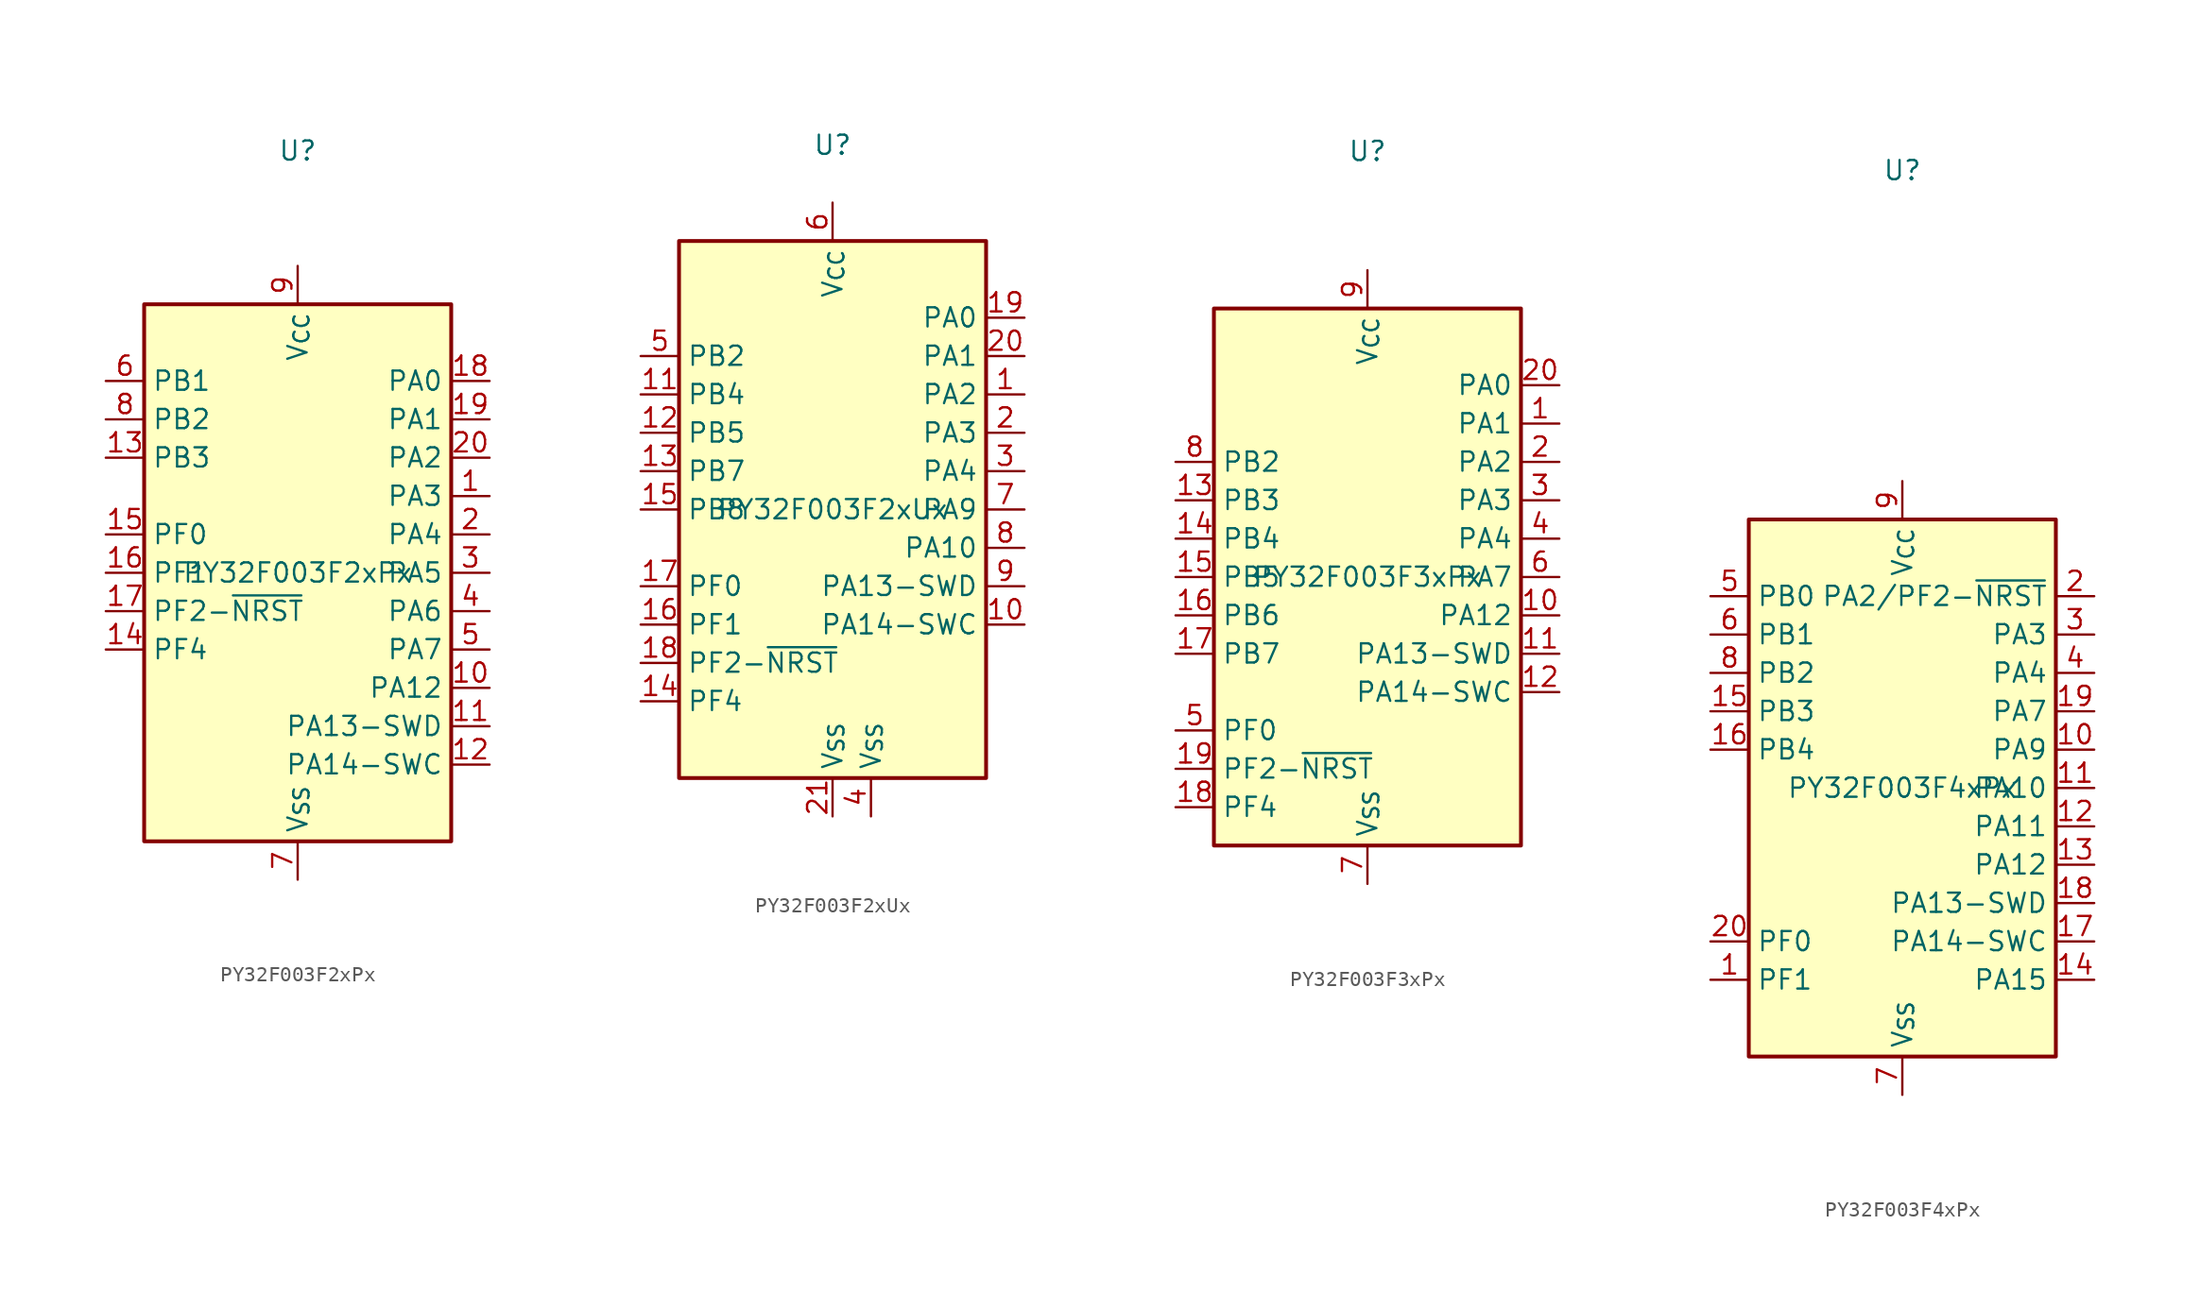
<source format=kicad_sym>
(kicad_symbol_lib
  (version 20231120)
  (generator "kicad_symbol_editor")
  (generator_version "8.0")
  (symbol "PY32F003F2xPx"
    (property "Reference" "U"
      (at 0 27.94 0)
      (effects (font (size 1.27 1.27))))
    (property "Value" "PY32F003F2xPx"
      (at 0 0 0)
      (effects (font (size 1.27 1.27))))
    (symbol "PY32F003F2xPx_1_0"
      (pin bidirectional line (at 12.7 -7.62 180) (length 2.54) (name "PA12" (effects (font (size 1.27 1.27)))) (number "10" (effects (font (size 1.27 1.27)))))
      (pin bidirectional line (at -12.7 7.62 0) (length 2.54) (name "PB3" (effects (font (size 1.27 1.27)))) (number "13" (effects (font (size 1.27 1.27)))))
      (pin bidirectional line (at 12.7 0 180) (length 2.54) (name "PA5" (effects (font (size 1.27 1.27)))) (number "3" (effects (font (size 1.27 1.27)))))
      (pin bidirectional line (at 12.7 -2.54 180) (length 2.54) (name "PA6" (effects (font (size 1.27 1.27)))) (number "4" (effects (font (size 1.27 1.27)))))
      (pin bidirectional line (at 12.7 -5.08 180) (length 2.54) (name "PA7" (effects (font (size 1.27 1.27)))) (number "5" (effects (font (size 1.27 1.27)))))
      (pin bidirectional line (at -12.7 12.7 0) (length 2.54) (name "PB1" (effects (font (size 1.27 1.27)))) (number "6" (effects (font (size 1.27 1.27)))))
      (pin bidirectional line (at -12.7 10.16 0) (length 2.54) (name "PB2" (effects (font (size 1.27 1.27)))) (number "8" (effects (font (size 1.27 1.27))))))
    (symbol "PY32F003F2xPx_1_1"
      (rectangle (start -10.16 17.78) (end 10.16 -17.78) (stroke (width 0.254) (type default)) (fill (type background)))
      (pin bidirectional line (at 12.7 5.08 180) (length 2.54) (name "PA3" (effects (font (size 1.27 1.27)))) (number "1" (effects (font (size 1.27 1.27)))))
      (pin bidirectional line (at 12.7 -10.16 180) (length 2.54) (name "PA13-SWD" (effects (font (size 1.27 1.27)))) (number "11" (effects (font (size 1.27 1.27)))))
      (pin bidirectional line (at 12.7 -12.7 180) (length 2.54) (name "PA14-SWC" (effects (font (size 1.27 1.27)))) (number "12" (effects (font (size 1.27 1.27)))))
      (pin bidirectional line (at -12.7 -5.08 0) (length 2.54) (name "PF4" (effects (font (size 1.27 1.27)))) (number "14" (effects (font (size 1.27 1.27)))))
      (pin bidirectional line (at -12.7 2.54 0) (length 2.54) (name "PF0" (effects (font (size 1.27 1.27)))) (number "15" (effects (font (size 1.27 1.27)))))
      (pin bidirectional line (at -12.7 0 0) (length 2.54) (name "PF1" (effects (font (size 1.27 1.27)))) (number "16" (effects (font (size 1.27 1.27)))))
      (pin bidirectional line (at -12.7 -2.54 0) (length 2.54) (name "PF2-~{NRST}" (effects (font (size 1.27 1.27)))) (number "17" (effects (font (size 1.27 1.27)))))
      (pin bidirectional line (at 12.7 12.7 180) (length 2.54) (name "PA0" (effects (font (size 1.27 1.27)))) (number "18" (effects (font (size 1.27 1.27)))))
      (pin bidirectional line (at 12.7 10.16 180) (length 2.54) (name "PA1" (effects (font (size 1.27 1.27)))) (number "19" (effects (font (size 1.27 1.27)))))
      (pin bidirectional line (at 12.7 2.54 180) (length 2.54) (name "PA4" (effects (font (size 1.27 1.27)))) (number "2" (effects (font (size 1.27 1.27)))))
      (pin bidirectional line (at 12.7 7.62 180) (length 2.54) (name "PA2" (effects (font (size 1.27 1.27)))) (number "20" (effects (font (size 1.27 1.27)))))
      (pin power_in line (at 0 -20.32 90) (length 2.54) (name "V_{SS}" (effects (font (size 1.27 1.27)))) (number "7" (effects (font (size 1.27 1.27)))))
      (pin power_in line (at 0 20.32 270) (length 2.54) (name "V_{CC}" (effects (font (size 1.27 1.27)))) (number "9" (effects (font (size 1.27 1.27)))))))
  (symbol "PY32F003F2xUx"
    (property "Reference" "U"
      (at 0 24.13 0)
      (effects (font (size 1.27 1.27))))
    (property "Value" "PY32F003F2xUx"
      (at 0 0 0)
      (effects (font (size 1.27 1.27))))
    (symbol "PY32F003F2xUx_1_0"
      (pin bidirectional line (at -12.7 7.62 0) (length 2.54) (name "PB4" (effects (font (size 1.27 1.27)))) (number "11" (effects (font (size 1.27 1.27)))))
      (pin bidirectional line (at -12.7 0 0) (length 2.54) (name "PB8" (effects (font (size 1.27 1.27)))) (number "15" (effects (font (size 1.27 1.27)))))
      (pin bidirectional line (at -12.7 10.16 0) (length 2.54) (name "PB2" (effects (font (size 1.27 1.27)))) (number "5" (effects (font (size 1.27 1.27)))))
      (pin bidirectional line (at 12.7 0 180) (length 2.54) (name "PA9" (effects (font (size 1.27 1.27)))) (number "7" (effects (font (size 1.27 1.27)))))
      (pin bidirectional line (at 12.7 -2.54 180) (length 2.54) (name "PA10" (effects (font (size 1.27 1.27)))) (number "8" (effects (font (size 1.27 1.27))))))
    (symbol "PY32F003F2xUx_1_1"
      (rectangle (start -10.16 17.78) (end 10.16 -17.78) (stroke (width 0.254) (type default)) (fill (type background)))
      (pin bidirectional line (at 12.7 7.62 180) (length 2.54) (name "PA2" (effects (font (size 1.27 1.27)))) (number "1" (effects (font (size 1.27 1.27)))))
      (pin bidirectional line (at 12.7 -7.62 180) (length 2.54) (name "PA14-SWC" (effects (font (size 1.27 1.27)))) (number "10" (effects (font (size 1.27 1.27)))))
      (pin bidirectional line (at -12.7 5.08 0) (length 2.54) (name "PB5" (effects (font (size 1.27 1.27)))) (number "12" (effects (font (size 1.27 1.27)))))
      (pin bidirectional line (at -12.7 2.54 0) (length 2.54) (name "PB7" (effects (font (size 1.27 1.27)))) (number "13" (effects (font (size 1.27 1.27)))))
      (pin bidirectional line (at -12.7 -12.7 0) (length 2.54) (name "PF4" (effects (font (size 1.27 1.27)))) (number "14" (effects (font (size 1.27 1.27)))))
      (pin bidirectional line (at -12.7 -7.62 0) (length 2.54) (name "PF1" (effects (font (size 1.27 1.27)))) (number "16" (effects (font (size 1.27 1.27)))))
      (pin bidirectional line (at -12.7 -5.08 0) (length 2.54) (name "PF0" (effects (font (size 1.27 1.27)))) (number "17" (effects (font (size 1.27 1.27)))))
      (pin bidirectional line (at -12.7 -10.16 0) (length 2.54) (name "PF2-~{NRST}" (effects (font (size 1.27 1.27)))) (number "18" (effects (font (size 1.27 1.27)))))
      (pin bidirectional line (at 12.7 12.7 180) (length 2.54) (name "PA0" (effects (font (size 1.27 1.27)))) (number "19" (effects (font (size 1.27 1.27)))))
      (pin bidirectional line (at 12.7 5.08 180) (length 2.54) (name "PA3" (effects (font (size 1.27 1.27)))) (number "2" (effects (font (size 1.27 1.27)))))
      (pin bidirectional line (at 12.7 10.16 180) (length 2.54) (name "PA1" (effects (font (size 1.27 1.27)))) (number "20" (effects (font (size 1.27 1.27)))))
      (pin power_in line (at 0 -20.32 90) (length 2.54) (name "V_{SS}" (effects (font (size 1.27 1.27)))) (number "21" (effects (font (size 1.27 1.27)))))
      (pin bidirectional line (at 12.7 2.54 180) (length 2.54) (name "PA4" (effects (font (size 1.27 1.27)))) (number "3" (effects (font (size 1.27 1.27)))))
      (pin power_in line (at 2.54 -20.32 90) (length 2.54) (name "V_{SS}" (effects (font (size 1.27 1.27)))) (number "4" (effects (font (size 1.27 1.27)))))
      (pin power_in line (at 0 20.32 270) (length 2.54) (name "V_{CC}" (effects (font (size 1.27 1.27)))) (number "6" (effects (font (size 1.27 1.27)))))
      (pin bidirectional line (at 12.7 -5.08 180) (length 2.54) (name "PA13-SWD" (effects (font (size 1.27 1.27)))) (number "9" (effects (font (size 1.27 1.27)))))))
  (symbol "PY32F003F3xPx"
    (property "Reference" "U"
      (at 0 28.194 0)
      (effects (font (size 1.27 1.27))))
    (property "Value" "PY32F003F3xPx"
      (at 0 0 0)
      (effects (font (size 1.27 1.27))))
    (symbol "PY32F003F3xPx_1_0"
      (pin bidirectional line (at 12.7 -2.54 180) (length 2.54) (name "PA12" (effects (font (size 1.27 1.27)))) (number "10" (effects (font (size 1.27 1.27)))))
      (pin bidirectional line (at -12.7 5.08 0) (length 2.54) (name "PB3" (effects (font (size 1.27 1.27)))) (number "13" (effects (font (size 1.27 1.27)))))
      (pin bidirectional line (at -12.7 2.54 0) (length 2.54) (name "PB4" (effects (font (size 1.27 1.27)))) (number "14" (effects (font (size 1.27 1.27)))))
      (pin bidirectional line (at -12.7 0 0) (length 2.54) (name "PB5" (effects (font (size 1.27 1.27)))) (number "15" (effects (font (size 1.27 1.27)))))
      (pin bidirectional line (at -12.7 -2.54 0) (length 2.54) (name "PB6" (effects (font (size 1.27 1.27)))) (number "16" (effects (font (size 1.27 1.27)))))
      (pin bidirectional line (at -12.7 -5.08 0) (length 2.54) (name "PB7" (effects (font (size 1.27 1.27)))) (number "17" (effects (font (size 1.27 1.27)))))
      (pin bidirectional line (at -12.7 -10.16 0) (length 2.54) (name "PF0" (effects (font (size 1.27 1.27)))) (number "5" (effects (font (size 1.27 1.27)))))
      (pin bidirectional line (at 12.7 0 180) (length 2.54) (name "PA7" (effects (font (size 1.27 1.27)))) (number "6" (effects (font (size 1.27 1.27)))))
      (pin bidirectional line (at -12.7 7.62 0) (length 2.54) (name "PB2" (effects (font (size 1.27 1.27)))) (number "8" (effects (font (size 1.27 1.27))))))
    (symbol "PY32F003F3xPx_1_1"
      (rectangle (start -10.16 17.78) (end 10.16 -17.78) (stroke (width 0.254) (type default)) (fill (type background)))
      (pin bidirectional line (at 12.7 10.16 180) (length 2.54) (name "PA1" (effects (font (size 1.27 1.27)))) (number "1" (effects (font (size 1.27 1.27)))))
      (pin bidirectional line (at 12.7 -5.08 180) (length 2.54) (name "PA13-SWD" (effects (font (size 1.27 1.27)))) (number "11" (effects (font (size 1.27 1.27)))))
      (pin bidirectional line (at 12.7 -7.62 180) (length 2.54) (name "PA14-SWC" (effects (font (size 1.27 1.27)))) (number "12" (effects (font (size 1.27 1.27)))))
      (pin bidirectional line (at -12.7 -15.24 0) (length 2.54) (name "PF4" (effects (font (size 1.27 1.27)))) (number "18" (effects (font (size 1.27 1.27)))))
      (pin bidirectional line (at -12.7 -12.7 0) (length 2.54) (name "PF2-~{NRST}" (effects (font (size 1.27 1.27)))) (number "19" (effects (font (size 1.27 1.27)))))
      (pin bidirectional line (at 12.7 7.62 180) (length 2.54) (name "PA2" (effects (font (size 1.27 1.27)))) (number "2" (effects (font (size 1.27 1.27)))))
      (pin bidirectional line (at 12.7 12.7 180) (length 2.54) (name "PA0" (effects (font (size 1.27 1.27)))) (number "20" (effects (font (size 1.27 1.27)))))
      (pin bidirectional line (at 12.7 5.08 180) (length 2.54) (name "PA3" (effects (font (size 1.27 1.27)))) (number "3" (effects (font (size 1.27 1.27)))))
      (pin bidirectional line (at 12.7 2.54 180) (length 2.54) (name "PA4" (effects (font (size 1.27 1.27)))) (number "4" (effects (font (size 1.27 1.27)))))
      (pin power_in line (at 0 -20.32 90) (length 2.54) (name "V_{SS}" (effects (font (size 1.27 1.27)))) (number "7" (effects (font (size 1.27 1.27)))))
      (pin power_in line (at 0 20.32 270) (length 2.54) (name "V_{CC}" (effects (font (size 1.27 1.27)))) (number "9" (effects (font (size 1.27 1.27)))))))
  (symbol "PY32F003F4xPx"
    (property "Reference" "U"
      (at 0 40.894 0)
      (effects (font (size 1.27 1.27))))
    (property "Value" "PY32F003F4xPx"
      (at 0 0 0)
      (effects (font (size 1.27 1.27))))
    (symbol "PY32F003F4xPx_1_0"
      (pin bidirectional line (at -12.7 -12.7 0) (length 2.54) (name "PF1" (effects (font (size 1.27 1.27)))) (number "1" (effects (font (size 1.27 1.27)))))
      (pin bidirectional line (at 12.7 2.54 180) (length 2.54) (name "PA9" (effects (font (size 1.27 1.27)))) (number "10" (effects (font (size 1.27 1.27)))))
      (pin bidirectional line (at 12.7 0 180) (length 2.54) (name "PA10" (effects (font (size 1.27 1.27)))) (number "11" (effects (font (size 1.27 1.27)))))
      (pin bidirectional line (at 12.7 -2.54 180) (length 2.54) (name "PA11" (effects (font (size 1.27 1.27)))) (number "12" (effects (font (size 1.27 1.27)))))
      (pin bidirectional line (at 12.7 -5.08 180) (length 2.54) (name "PA12" (effects (font (size 1.27 1.27)))) (number "13" (effects (font (size 1.27 1.27)))))
      (pin bidirectional line (at 12.7 -12.7 180) (length 2.54) (name "PA15" (effects (font (size 1.27 1.27)))) (number "14" (effects (font (size 1.27 1.27)))))
      (pin bidirectional line (at -12.7 5.08 0) (length 2.54) (name "PB3" (effects (font (size 1.27 1.27)))) (number "15" (effects (font (size 1.27 1.27)))))
      (pin bidirectional line (at -12.7 2.54 0) (length 2.54) (name "PB4" (effects (font (size 1.27 1.27)))) (number "16" (effects (font (size 1.27 1.27)))))
      (pin bidirectional line (at 12.7 5.08 180) (length 2.54) (name "PA7" (effects (font (size 1.27 1.27)))) (number "19" (effects (font (size 1.27 1.27)))))
      (pin bidirectional line (at -12.7 -10.16 0) (length 2.54) (name "PF0" (effects (font (size 1.27 1.27)))) (number "20" (effects (font (size 1.27 1.27)))))
      (pin bidirectional line (at -12.7 12.7 0) (length 2.54) (name "PB0" (effects (font (size 1.27 1.27)))) (number "5" (effects (font (size 1.27 1.27)))))
      (pin bidirectional line (at -12.7 10.16 0) (length 2.54) (name "PB1" (effects (font (size 1.27 1.27)))) (number "6" (effects (font (size 1.27 1.27)))))
      (pin bidirectional line (at -12.7 7.62 0) (length 2.54) (name "PB2" (effects (font (size 1.27 1.27)))) (number "8" (effects (font (size 1.27 1.27))))))
    (symbol "PY32F003F4xPx_1_1"
      (rectangle (start -10.16 17.78) (end 10.16 -17.78) (stroke (width 0.254) (type default)) (fill (type background)))
      (pin bidirectional line (at 12.7 -10.16 180) (length 2.54) (name "PA14-SWC" (effects (font (size 1.27 1.27)))) (number "17" (effects (font (size 1.27 1.27)))))
      (pin bidirectional line (at 12.7 -7.62 180) (length 2.54) (name "PA13-SWD" (effects (font (size 1.27 1.27)))) (number "18" (effects (font (size 1.27 1.27)))))
      (pin bidirectional line (at 12.7 12.7 180) (length 2.54) (name "PA2/PF2-~{NRST}" (effects (font (size 1.27 1.27)))) (number "2" (effects (font (size 1.27 1.27)))))
      (pin bidirectional line (at 12.7 10.16 180) (length 2.54) (name "PA3" (effects (font (size 1.27 1.27)))) (number "3" (effects (font (size 1.27 1.27)))))
      (pin bidirectional line (at 12.7 7.62 180) (length 2.54) (name "PA4" (effects (font (size 1.27 1.27)))) (number "4" (effects (font (size 1.27 1.27)))))
      (pin power_in line (at 0 -20.32 90) (length 2.54) (name "V_{SS}" (effects (font (size 1.27 1.27)))) (number "7" (effects (font (size 1.27 1.27)))))
      (pin power_in line (at 0 20.32 270) (length 2.54) (name "V_{CC}" (effects (font (size 1.27 1.27)))) (number "9" (effects (font (size 1.27 1.27))))))))
</source>
